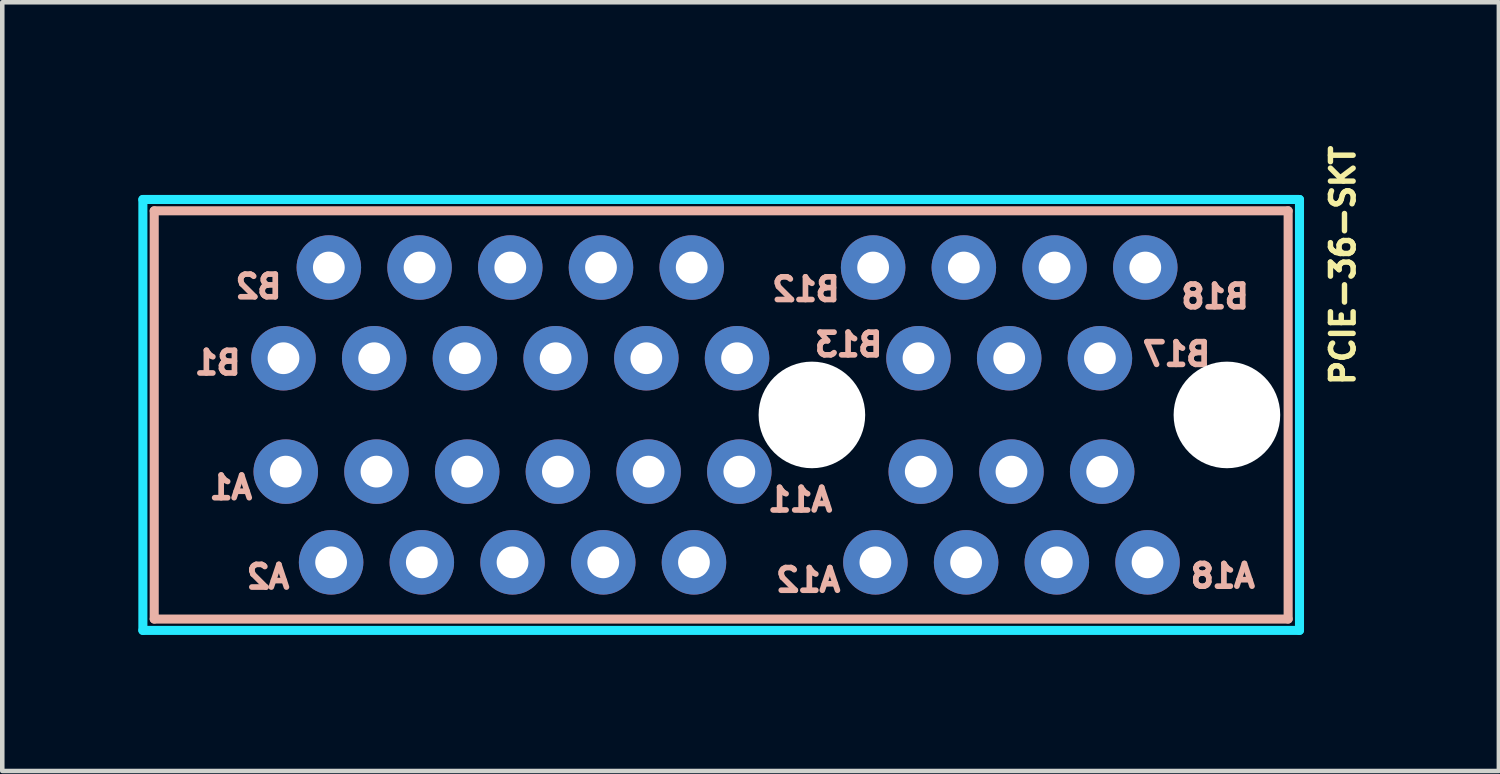
<source format=kicad_pcb>
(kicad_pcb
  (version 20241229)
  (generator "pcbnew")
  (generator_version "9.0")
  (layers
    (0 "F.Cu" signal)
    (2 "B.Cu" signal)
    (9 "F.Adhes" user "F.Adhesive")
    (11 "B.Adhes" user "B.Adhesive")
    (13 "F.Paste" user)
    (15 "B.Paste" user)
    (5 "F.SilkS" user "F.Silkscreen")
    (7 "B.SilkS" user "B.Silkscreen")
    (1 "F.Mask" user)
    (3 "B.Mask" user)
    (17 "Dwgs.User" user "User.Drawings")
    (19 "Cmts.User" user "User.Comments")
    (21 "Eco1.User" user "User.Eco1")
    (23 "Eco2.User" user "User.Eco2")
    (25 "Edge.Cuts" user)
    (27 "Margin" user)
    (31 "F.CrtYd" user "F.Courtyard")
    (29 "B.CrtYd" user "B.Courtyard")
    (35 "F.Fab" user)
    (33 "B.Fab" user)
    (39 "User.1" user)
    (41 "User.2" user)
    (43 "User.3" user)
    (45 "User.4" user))
  (footprint "PCIE-36-SKT"
    (layer "F.Cu")
    (at 14.85 6.098)
    (property "Reference" "PCIE-36-SKT" (at 12 -0.6 270) (layer "F.SilkS") (effects (font (size 0.5 0.5) (thickness 0.12)) (justify left bottom)))
    (attr through_hole)
    (fp_line (start 0 0) (end 0 0) (stroke (width 0.127) (type solid)) (layer "F.SilkS"))
    (fp_line (start 0 0) (end 0 0) (stroke (width 0.127) (type solid)) (layer "F.SilkS"))
    (fp_line (start 0 0) (end 0 0) (stroke (width 0.127) (type solid)) (layer "F.SilkS"))
    (fp_line (start 0 0) (end 0 0) (stroke (width 0.127) (type solid)) (layer "F.SilkS"))
    (fp_line (start 0 0) (end 0 0) (stroke (width 0.127) (type solid)) (layer "F.SilkS"))
    (fp_line (start 0 0) (end 0 0) (stroke (width 0.127) (type solid)) (layer "F.SilkS"))
    (fp_line (start 0 0) (end 0 0) (stroke (width 0.127) (type solid)) (layer "F.SilkS"))
    (fp_line (start 0 0) (end 0 0) (stroke (width 0.127) (type solid)) (layer "F.SilkS"))
    (fp_line (start -14.5 4.5) (end -14.5 -4.5) (stroke (width 0.2) (type solid)) (layer "B.SilkS"))
    (fp_line (start -14.5 4.5) (end 10.5 4.5) (stroke (width 0.2) (type solid)) (layer "B.SilkS"))
    (fp_line (start 10.5 -4.5) (end -14.5 -4.5) (stroke (width 0.2) (type solid)) (layer "B.SilkS"))
    (fp_line (start 10.5 -4.5) (end 10.5 4.5) (stroke (width 0.2) (type solid)) (layer "B.SilkS"))
    (fp_line (start -14.75 -4.75) (end -14.75 4.75) (stroke (width 0.2) (type solid)) (layer "B.CrtYd"))
    (fp_line (start -14.75 4.75) (end 10.75 4.75) (stroke (width 0.2) (type solid)) (layer "B.CrtYd"))
    (fp_line (start 10.75 -4.75) (end -14.75 -4.75) (stroke (width 0.2) (type solid)) (layer "B.CrtYd"))
    (fp_line (start 10.75 4.75) (end 10.75 -4.75) (stroke (width 0.2) (type solid)) (layer "B.CrtYd"))
    (fp_line (start 0 0) (end 0 0) (stroke (width 0.127) (type solid)) (layer "F.Fab"))
    (fp_line (start 0 0) (end 0 0) (stroke (width 0.127) (type solid)) (layer "F.Fab"))
    (fp_line (start 0 0) (end 0 0) (stroke (width 0.127) (type solid)) (layer "F.Fab"))
    (fp_line (start 0 0) (end 0 0) (stroke (width 0.127) (type solid)) (layer "F.Fab"))
    (fp_text user "B2" (at -12.2 -2.83 0) (layer "B.SilkS") (effects (font (size 0.5 0.5) (thickness 0.125)) (justify mirror)))
    (fp_text user "A11" (at -0.26 1.87 0) (layer "B.SilkS") (effects (font (size 0.5 0.5) (thickness 0.125)) (justify mirror)))
    (fp_text user "A12" (at -0.08 3.64 0) (layer "B.SilkS") (effects (font (size 0.5 0.5) (thickness 0.125)) (justify mirror)))
    (fp_text user "A1" (at -12.81 1.6 0) (layer "B.SilkS") (effects (font (size 0.5 0.5) (thickness 0.125)) (justify mirror)))
    (fp_text user "B12" (at -0.13 -2.77 0) (layer "B.SilkS") (effects (font (size 0.5 0.5) (thickness 0.125)) (justify mirror)))
    (fp_text user "B1" (at -13.1 -1.15 0) (layer "B.SilkS") (effects (font (size 0.5 0.5) (thickness 0.125)) (justify mirror)))
    (fp_text user "B13" (at 0.81 -1.55 0) (layer "B.SilkS") (effects (font (size 0.5 0.5) (thickness 0.125)) (justify mirror)))
    (fp_text user "A2" (at -11.99 3.57 0) (layer "B.SilkS") (effects (font (size 0.5 0.5) (thickness 0.125)) (justify mirror)))
    (fp_text user "B17" (at 8.04 -1.34 0) (layer "B.SilkS") (effects (font (size 0.5 0.5) (thickness 0.125)) (justify mirror)))
    (fp_text user "A18" (at 9.06 3.55 0) (layer "B.SilkS") (effects (font (size 0.5 0.5) (thickness 0.125)) (justify mirror)))
    (fp_text user "B18" (at 8.89 -2.61 0) (layer "B.SilkS") (effects (font (size 0.5 0.5) (thickness 0.125)) (justify mirror)))
    (pad "" np_thru_hole circle (at 0 0) (size 2.35 2.35) (drill 2.35) (layers "*.Cu"))
    (pad "" np_thru_hole circle (at 9.15 0) (size 2.35 2.35) (drill 2.35) (layers "*.Cu"))
    (pad "A1" thru_hole circle (at -11.6 1.25 180) (size 1.422 1.422) (drill 0.7) (layers "*.Cu" "*.Mask"))
    (pad "A2" thru_hole circle (at -10.6 3.25 180) (size 1.422 1.422) (drill 0.7) (layers "*.Cu" "*.Mask"))
    (pad "A3" thru_hole circle (at -9.6 1.25 180) (size 1.422 1.422) (drill 0.7) (layers "*.Cu" "*.Mask"))
    (pad "A4" thru_hole circle (at -8.6 3.25 180) (size 1.422 1.422) (drill 0.7) (layers "*.Cu" "*.Mask"))
    (pad "A5" thru_hole circle (at -7.6 1.25 180) (size 1.422 1.422) (drill 0.7) (layers "*.Cu" "*.Mask"))
    (pad "A6" thru_hole circle (at -6.6 3.25 180) (size 1.422 1.422) (drill 0.7) (layers "*.Cu" "*.Mask"))
    (pad "A7" thru_hole circle (at -5.6 1.25 180) (size 1.422 1.422) (drill 0.7) (layers "*.Cu" "*.Mask"))
    (pad "A8" thru_hole circle (at -4.6 3.25 180) (size 1.422 1.422) (drill 0.7) (layers "*.Cu" "*.Mask"))
    (pad "A9" thru_hole circle (at -3.6 1.25 180) (size 1.422 1.422) (drill 0.7) (layers "*.Cu" "*.Mask"))
    (pad "A10" thru_hole circle (at -2.6 3.25 180) (size 1.422 1.422) (drill 0.7) (layers "*.Cu" "*.Mask"))
    (pad "A11" thru_hole circle (at -1.6 1.25 180) (size 1.422 1.422) (drill 0.7) (layers "*.Cu" "*.Mask"))
    (pad "A12" thru_hole circle (at 1.4 3.25 180) (size 1.422 1.422) (drill 0.7) (layers "*.Cu" "*.Mask"))
    (pad "A13" thru_hole circle (at 2.4 1.25 180) (size 1.422 1.422) (drill 0.7) (layers "*.Cu" "*.Mask"))
    (pad "A14" thru_hole circle (at 3.4 3.25 180) (size 1.422 1.422) (drill 0.7) (layers "*.Cu" "*.Mask"))
    (pad "A15" thru_hole circle (at 4.4 1.25 180) (size 1.422 1.422) (drill 0.7) (layers "*.Cu" "*.Mask"))
    (pad "A16" thru_hole circle (at 5.4 3.25 180) (size 1.422 1.422) (drill 0.7) (layers "*.Cu" "*.Mask"))
    (pad "A17" thru_hole circle (at 6.4 1.25 180) (size 1.422 1.422) (drill 0.7) (layers "*.Cu" "*.Mask"))
    (pad "A18" thru_hole circle (at 7.4 3.25 180) (size 1.422 1.422) (drill 0.7) (layers "*.Cu" "*.Mask"))
    (pad "B1" thru_hole circle (at -11.65 -1.25) (size 1.422 1.422) (drill 0.7) (layers "*.Cu" "*.Mask"))
    (pad "B2" thru_hole circle (at -10.65 -3.25) (size 1.422 1.422) (drill 0.7) (layers "*.Cu" "*.Mask"))
    (pad "B3" thru_hole circle (at -9.65 -1.25) (size 1.422 1.422) (drill 0.7) (layers "*.Cu" "*.Mask"))
    (pad "B4" thru_hole circle (at -8.65 -3.25) (size 1.422 1.422) (drill 0.7) (layers "*.Cu" "*.Mask"))
    (pad "B5" thru_hole circle (at -7.65 -1.25) (size 1.422 1.422) (drill 0.7) (layers "*.Cu" "*.Mask"))
    (pad "B6" thru_hole circle (at -6.65 -3.25) (size 1.422 1.422) (drill 0.7) (layers "*.Cu" "*.Mask"))
    (pad "B7" thru_hole circle (at -5.65 -1.25) (size 1.422 1.422) (drill 0.7) (layers "*.Cu" "*.Mask"))
    (pad "B8" thru_hole circle (at -4.65 -3.25) (size 1.422 1.422) (drill 0.7) (layers "*.Cu" "*.Mask"))
    (pad "B9" thru_hole circle (at -3.65 -1.25) (size 1.422 1.422) (drill 0.7) (layers "*.Cu" "*.Mask"))
    (pad "B10" thru_hole circle (at -2.65 -3.25 180) (size 1.422 1.422) (drill 0.7) (layers "*.Cu" "*.Mask"))
    (pad "B11" thru_hole circle (at -1.65 -1.25) (size 1.422 1.422) (drill 0.7) (layers "*.Cu" "*.Mask"))
    (pad "B12" thru_hole circle (at 1.35 -3.25) (size 1.422 1.422) (drill 0.7) (layers "*.Cu" "*.Mask"))
    (pad "B13" thru_hole circle (at 2.35 -1.25) (size 1.422 1.422) (drill 0.7) (layers "*.Cu" "*.Mask"))
    (pad "B14" thru_hole circle (at 3.35 -3.25) (size 1.422 1.422) (drill 0.7) (layers "*.Cu" "*.Mask"))
    (pad "B15" thru_hole circle (at 4.35 -1.25 180) (size 1.422 1.422) (drill 0.7) (layers "*.Cu" "*.Mask"))
    (pad "B16" thru_hole circle (at 5.35 -3.25) (size 1.422 1.422) (drill 0.7) (layers "*.Cu" "*.Mask"))
    (pad "B17" thru_hole circle (at 6.35 -1.25) (size 1.422 1.422) (drill 0.7) (layers "*.Cu" "*.Mask"))
    (pad "B18" thru_hole circle (at 7.35 -3.25) (size 1.422 1.422) (drill 0.7) (layers "*.Cu" "*.Mask")))
  (gr_rect
    (start -3 -3)
    (end 29.996 13.948)
    (stroke (width 0.1) (type default))
    (fill no)
    (layer "Edge.Cuts")))
</source>
